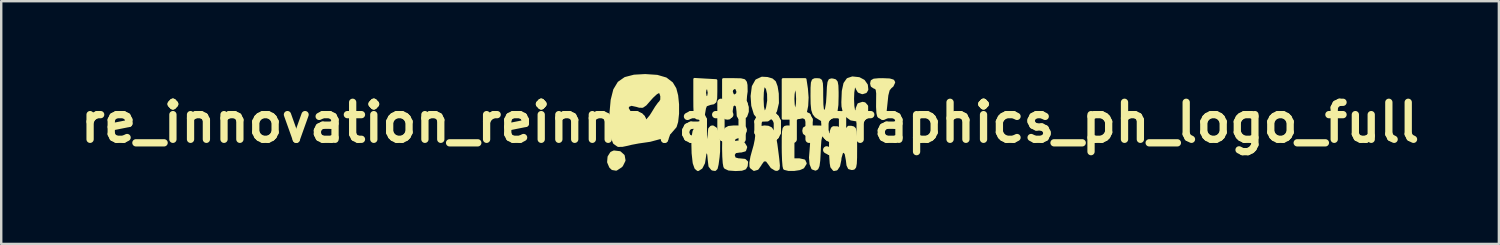
<source format=kicad_pcb>
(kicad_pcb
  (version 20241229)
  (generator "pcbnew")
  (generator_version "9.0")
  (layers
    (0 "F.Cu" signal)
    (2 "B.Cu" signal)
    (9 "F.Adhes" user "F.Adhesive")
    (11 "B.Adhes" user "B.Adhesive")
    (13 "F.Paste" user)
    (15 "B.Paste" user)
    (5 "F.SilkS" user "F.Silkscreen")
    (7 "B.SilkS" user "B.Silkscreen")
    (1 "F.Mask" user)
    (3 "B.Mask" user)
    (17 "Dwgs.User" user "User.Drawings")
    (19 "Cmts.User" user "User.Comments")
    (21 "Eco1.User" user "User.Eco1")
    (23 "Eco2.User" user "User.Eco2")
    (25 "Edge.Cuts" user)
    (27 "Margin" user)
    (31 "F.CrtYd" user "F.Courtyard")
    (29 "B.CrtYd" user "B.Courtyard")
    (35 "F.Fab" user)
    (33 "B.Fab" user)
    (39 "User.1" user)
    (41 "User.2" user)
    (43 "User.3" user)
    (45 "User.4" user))
  (footprint "re_innovation_reinnovationgraphics_ph_logo_full"
    (layer "F.Cu")
    (at 27.838 1.997)
    (property "Reference" "re_innovation_reinnovationgraphics_ph_logo_full" (at 0 0 0) (layer "F.SilkS") (effects (font (size 1.524 1.524) (thickness 0.3))))
    (attr through_hole)
    (fp_poly (pts (xy -5.177 1.559) (xy -5.28 1.768) (xy -5.319 1.807) (xy -5.512 1.933) (xy -5.669 1.906) (xy -5.753 1.825) (xy -5.836 1.629) (xy -5.818 1.415) (xy -5.715 1.251) (xy -5.605 1.2) (xy -5.361 1.229) (xy -5.211 1.364) (xy -5.177 1.559)) (stroke (width 0.1) (type solid)) (fill yes) (layer "F.SilkS"))
    (fp_poly (pts (xy 2.284 1.684) (xy 2.184 1.846) (xy 2.04 1.909) (xy 1.814 1.943) (xy 1.584 1.942) (xy 1.425 1.902) (xy 1.411 1.891) (xy 1.387 1.787) (xy 1.368 1.553) (xy 1.357 1.229) (xy 1.355 1.002) (xy 1.356 0.622) (xy 1.365 0.379) (xy 1.391 0.244) (xy 1.44 0.185) (xy 1.52 0.17) (xy 1.566 0.169) (xy 1.671 0.177) (xy 1.734 0.221) (xy 1.766 0.338) (xy 1.777 0.561) (xy 1.778 0.847) (xy 1.778 1.524) (xy 2.032 1.524) (xy 2.231 1.568) (xy 2.284 1.684)) (stroke (width 0.1) (type solid)) (fill yes) (layer "F.SilkS"))
    (fp_poly (pts (xy 5.927 -1.655) (xy 5.861 -1.513) (xy 5.789 -1.455) (xy 5.704 -1.35) (xy 5.646 -1.127) (xy 5.609 -0.774) (xy 5.571 -0.42) (xy 5.517 -0.223) (xy 5.455 -0.169) (xy 5.312 -0.233) (xy 5.283 -0.268) (xy 5.254 -0.4) (xy 5.24 -0.644) (xy 5.242 -0.903) (xy 5.245 -1.202) (xy 5.223 -1.367) (xy 5.169 -1.433) (xy 5.128 -1.439) (xy 5.018 -1.51) (xy 4.995 -1.609) (xy 5.016 -1.707) (xy 5.103 -1.758) (xy 5.298 -1.776) (xy 5.461 -1.778) (xy 5.745 -1.766) (xy 5.89 -1.724) (xy 5.927 -1.655)) (stroke (width 0.1) (type solid)) (fill yes) (layer "F.SilkS"))
    (fp_poly (pts (xy -1.397 -1.27) (xy -1.403 -1.003) (xy -1.433 -0.86) (xy -1.509 -0.799) (xy -1.63 -0.778) (xy -1.693 -0.755) (xy -1.693 -1.228) (xy -1.722 -1.387) (xy -1.778 -1.439) (xy -1.842 -1.367) (xy -1.863 -1.228) (xy -1.834 -1.069) (xy -1.778 -1.016) (xy -1.714 -1.088) (xy -1.693 -1.228) (xy -1.693 -0.755) (xy -1.816 -0.712) (xy -1.863 -0.594) (xy -1.909 -0.325) (xy -2.04 -0.185) (xy -2.126 -0.169) (xy -2.2 -0.184) (xy -2.247 -0.247) (xy -2.273 -0.391) (xy -2.284 -0.647) (xy -2.286 -0.978) (xy -2.286 -1.787) (xy -1.841 -1.761) (xy -1.397 -1.736) (xy -1.397 -1.27)) (stroke (width 0.1) (type solid)) (fill yes) (layer "F.SilkS"))
    (fp_poly (pts (xy 2.362 -1.032) (xy 2.345 -0.691) (xy 2.289 -0.415) (xy 2.2 -0.253) (xy 2.187 -0.243) (xy 2.035 -0.198) (xy 1.947 -0.189) (xy 1.947 -0.974) (xy 1.933 -1.229) (xy 1.898 -1.398) (xy 1.863 -1.439) (xy 1.816 -1.363) (xy 1.786 -1.165) (xy 1.778 -0.974) (xy 1.792 -0.719) (xy 1.828 -0.55) (xy 1.863 -0.508) (xy 1.909 -0.585) (xy 1.94 -0.782) (xy 1.947 -0.974) (xy 1.947 -0.189) (xy 1.795 -0.173) (xy 1.714 -0.171) (xy 1.355 -0.169) (xy 1.355 -0.974) (xy 1.355 -1.778) (xy 1.815 -1.778) (xy 2.276 -1.778) (xy 2.334 -1.392) (xy 2.362 -1.032)) (stroke (width 0.1) (type solid)) (fill yes) (layer "F.SilkS"))
    (fp_poly (pts (xy 3.184 0.374) (xy 3.178 0.482) (xy 3.06 0.508) (xy 2.974 0.522) (xy 2.919 0.586) (xy 2.888 0.733) (xy 2.869 0.998) (xy 2.861 1.206) (xy 2.842 1.56) (xy 2.813 1.778) (xy 2.765 1.891) (xy 2.696 1.93) (xy 2.573 1.886) (xy 2.5 1.705) (xy 2.478 1.44) (xy 2.501 1.157) (xy 2.523 0.855) (xy 2.473 0.628) (xy 2.363 0.514) (xy 2.323 0.508) (xy 2.224 0.437) (xy 2.201 0.339) (xy 2.222 0.241) (xy 2.309 0.19) (xy 2.504 0.171) (xy 2.667 0.169) (xy 2.922 0.175) (xy 3.091 0.19) (xy 3.133 0.205) (xy 3.159 0.304) (xy 3.184 0.374)) (stroke (width 0.1) (type solid)) (fill yes) (layer "F.SilkS"))
    (fp_poly (pts (xy 1.14 -0.806) (xy 1.062 -0.479) (xy 0.917 -0.234) (xy 0.756 -0.117) (xy 0.756 -0.904) (xy 0.751 -1.182) (xy 0.702 -1.403) (xy 0.615 -1.517) (xy 0.584 -1.524) (xy 0.545 -1.447) (xy 0.518 -1.245) (xy 0.508 -0.974) (xy 0.522 -0.662) (xy 0.561 -0.474) (xy 0.616 -0.424) (xy 0.681 -0.524) (xy 0.709 -0.614) (xy 0.756 -0.904) (xy 0.756 -0.117) (xy 0.725 -0.095) (xy 0.503 -0.087) (xy 0.373 -0.149) (xy 0.203 -0.358) (xy 0.1 -0.698) (xy 0.073 -1.09) (xy 0.123 -1.483) (xy 0.262 -1.732) (xy 0.491 -1.838) (xy 0.712 -1.826) (xy 0.902 -1.77) (xy 1.017 -1.67) (xy 1.087 -1.481) (xy 1.134 -1.19) (xy 1.14 -0.806)) (stroke (width 0.1) (type solid)) (fill yes) (layer "F.SilkS"))
    (fp_poly (pts (xy 4.821 -1.36) (xy 4.766 -1.261) (xy 4.626 -1.217) (xy 4.476 -1.275) (xy 4.403 -1.4) (xy 4.403 -1.406) (xy 4.354 -1.513) (xy 4.318 -1.524) (xy 4.274 -1.446) (xy 4.243 -1.24) (xy 4.233 -0.974) (xy 4.245 -0.686) (xy 4.277 -0.489) (xy 4.318 -0.423) (xy 4.388 -0.494) (xy 4.403 -0.584) (xy 4.469 -0.75) (xy 4.634 -0.803) (xy 4.72 -0.785) (xy 4.813 -0.678) (xy 4.814 -0.5) (xy 4.733 -0.313) (xy 4.638 -0.216) (xy 4.385 -0.098) (xy 4.159 -0.136) (xy 3.995 -0.257) (xy 3.87 -0.427) (xy 3.816 -0.667) (xy 3.81 -0.839) (xy 3.829 -1.297) (xy 3.896 -1.606) (xy 4.021 -1.784) (xy 4.217 -1.849) (xy 4.489 -1.82) (xy 4.681 -1.718) (xy 4.802 -1.545) (xy 4.821 -1.36)) (stroke (width 0.1) (type solid)) (fill yes) (layer "F.SilkS"))
    (fp_poly (pts (xy 3.598 -1.088) (xy 3.589 -0.727) (xy 3.556 -0.489) (xy 3.49 -0.331) (xy 3.437 -0.263) (xy 3.201 -0.11) (xy 2.939 -0.112) (xy 2.709 -0.254) (xy 2.621 -0.37) (xy 2.569 -0.53) (xy 2.545 -0.778) (xy 2.54 -1.101) (xy 2.542 -1.437) (xy 2.556 -1.638) (xy 2.593 -1.739) (xy 2.662 -1.774) (xy 2.752 -1.778) (xy 2.856 -1.771) (xy 2.919 -1.727) (xy 2.951 -1.611) (xy 2.962 -1.389) (xy 2.963 -1.094) (xy 2.971 -0.737) (xy 2.994 -0.528) (xy 3.039 -0.445) (xy 3.069 -0.444) (xy 3.135 -0.552) (xy 3.18 -0.823) (xy 3.2 -1.134) (xy 3.215 -1.463) (xy 3.239 -1.656) (xy 3.281 -1.746) (xy 3.353 -1.768) (xy 3.411 -1.762) (xy 3.506 -1.736) (xy 3.562 -1.667) (xy 3.589 -1.518) (xy 3.598 -1.253) (xy 3.598 -1.088)) (stroke (width 0.1) (type solid)) (fill yes) (layer "F.SilkS"))
    (fp_poly (pts (xy 1.18 1.771) (xy 1.169 1.902) (xy 1.114 1.941) (xy 1.048 1.934) (xy 0.892 1.838) (xy 0.805 1.714) (xy 0.683 1.552) (xy 0.659 1.552) (xy 0.659 1.057) (xy 0.649 1.044) (xy 0.599 1.056) (xy 0.593 1.101) (xy 0.624 1.17) (xy 0.649 1.157) (xy 0.659 1.057) (xy 0.659 1.552) (xy 0.549 1.553) (xy 0.431 1.716) (xy 0.423 1.736) (xy 0.307 1.9) (xy 0.164 1.941) (xy 0.044 1.847) (xy 0.027 1.811) (xy 0.022 1.658) (xy 0.065 1.411) (xy 0.114 1.232) (xy 0.194 0.949) (xy 0.244 0.708) (xy 0.254 0.613) (xy 0.294 0.34) (xy 0.425 0.199) (xy 0.591 0.169) (xy 0.746 0.182) (xy 0.862 0.237) (xy 0.949 0.357) (xy 1.017 0.567) (xy 1.076 0.891) (xy 1.136 1.353) (xy 1.155 1.511) (xy 1.18 1.771)) (stroke (width 0.1) (type solid)) (fill yes) (layer "F.SilkS"))
    (fp_poly (pts (xy -1.28 0.793) (xy -1.284 1.204) (xy -1.304 1.421) (xy -1.344 1.721) (xy -1.383 1.885) (xy -1.44 1.943) (xy -1.531 1.93) (xy -1.563 1.918) (xy -1.662 1.793) (xy -1.693 1.527) (xy -1.712 1.314) (xy -1.759 1.194) (xy -1.778 1.185) (xy -1.841 1.258) (xy -1.863 1.403) (xy -1.903 1.66) (xy -2.004 1.859) (xy -2.139 1.947) (xy -2.151 1.947) (xy -2.239 1.871) (xy -2.308 1.677) (xy -2.316 1.63) (xy -2.356 1.263) (xy -2.366 0.872) (xy -2.347 0.528) (xy -2.317 0.36) (xy -2.224 0.193) (xy -2.097 0.162) (xy -1.971 0.247) (xy -1.883 0.431) (xy -1.863 0.6) (xy -1.826 0.733) (xy -1.778 0.762) (xy -1.722 0.688) (xy -1.694 0.505) (xy -1.693 0.466) (xy -1.674 0.261) (xy -1.599 0.178) (xy -1.529 0.169) (xy -1.407 0.248) (xy -1.323 0.465) (xy -1.28 0.793)) (stroke (width 0.1) (type solid)) (fill yes) (layer "F.SilkS"))
    (fp_poly (pts (xy -0.1 -0.45) (xy -0.168 -0.256) (xy -0.318 -0.185) (xy -0.445 -0.188) (xy -0.498 -0.278) (xy -0.508 -0.46) (xy -0.508 -1.27) (xy -0.561 -1.408) (xy -0.635 -1.439) (xy -0.738 -1.369) (xy -0.762 -1.27) (xy -0.709 -1.132) (xy -0.635 -1.101) (xy -0.532 -1.171) (xy -0.508 -1.27) (xy -0.508 -0.46) (xy -0.534 -0.681) (xy -0.619 -0.761) (xy -0.635 -0.762) (xy -0.729 -0.698) (xy -0.762 -0.493) (xy -0.762 -0.466) (xy -0.781 -0.261) (xy -0.855 -0.179) (xy -0.931 -0.169) (xy -1.01 -0.181) (xy -1.06 -0.239) (xy -1.087 -0.373) (xy -1.098 -0.615) (xy -1.101 -0.974) (xy -1.101 -1.778) (xy -0.645 -1.778) (xy -0.38 -1.772) (xy -0.24 -1.739) (xy -0.178 -1.659) (xy -0.154 -1.544) (xy -0.148 -1.283) (xy -0.173 -1.1) (xy -0.187 -0.902) (xy -0.15 -0.788) (xy -0.101 -0.635) (xy -0.1 -0.45)) (stroke (width 0.1) (type solid)) (fill yes) (layer "F.SilkS"))
    (fp_poly (pts (xy -0.131 1.626) (xy -0.146 1.783) (xy -0.206 1.886) (xy -0.344 1.935) (xy -0.593 1.947) (xy -0.875 1.927) (xy -1.021 1.859) (xy -1.049 1.813) (xy -1.075 1.666) (xy -1.093 1.404) (xy -1.101 1.082) (xy -1.101 1.058) (xy -1.096 0.662) (xy -1.069 0.406) (xy -1.002 0.258) (xy -0.879 0.19) (xy -0.68 0.17) (xy -0.578 0.169) (xy -0.329 0.176) (xy -0.209 0.209) (xy -0.178 0.289) (xy -0.185 0.36) (xy -0.266 0.518) (xy -0.445 0.577) (xy -0.623 0.639) (xy -0.677 0.73) (xy -0.634 0.813) (xy -0.592 0.804) (xy -0.423 0.78) (xy -0.256 0.86) (xy -0.17 1.003) (xy -0.169 1.022) (xy -0.212 1.142) (xy -0.367 1.184) (xy -0.423 1.185) (xy -0.609 1.212) (xy -0.675 1.311) (xy -0.677 1.355) (xy -0.635 1.481) (xy -0.479 1.523) (xy -0.437 1.524) (xy -0.216 1.545) (xy -0.131 1.626)) (stroke (width 0.1) (type solid)) (fill yes) (layer "F.SilkS"))
    (fp_poly (pts (xy 4.36 1.058) (xy 4.358 1.444) (xy 4.347 1.69) (xy 4.321 1.829) (xy 4.274 1.89) (xy 4.2 1.905) (xy 4.191 1.905) (xy 4.079 1.874) (xy 4.021 1.753) (xy 3.996 1.545) (xy 3.946 1.282) (xy 3.866 1.178) (xy 3.781 1.232) (xy 3.719 1.446) (xy 3.709 1.544) (xy 3.658 1.783) (xy 3.563 1.924) (xy 3.454 1.945) (xy 3.358 1.825) (xy 3.355 1.818) (xy 3.33 1.672) (xy 3.312 1.407) (xy 3.303 1.072) (xy 3.302 0.964) (xy 3.309 0.595) (xy 3.333 0.363) (xy 3.378 0.24) (xy 3.43 0.2) (xy 3.608 0.205) (xy 3.744 0.335) (xy 3.795 0.543) (xy 3.791 0.6) (xy 3.79 0.764) (xy 3.862 0.789) (xy 3.868 0.786) (xy 3.944 0.68) (xy 3.979 0.475) (xy 3.979 0.451) (xy 3.994 0.255) (xy 4.059 0.183) (xy 4.17 0.185) (xy 4.256 0.206) (xy 4.312 0.26) (xy 4.343 0.381) (xy 4.357 0.598) (xy 4.36 0.945) (xy 4.36 1.058)) (stroke (width 0.1) (type solid)) (fill yes) (layer "F.SilkS"))
    (fp_poly (pts (xy -2.973 -0.367) (xy -3.01 -0.033) (xy -3.071 0.165) (xy -3.289 0.419) (xy -3.645 0.615) (xy -3.645 -1.089) (xy -3.689 -1.229) (xy -3.749 -1.27) (xy -3.862 -1.209) (xy -4.03 -1.054) (xy -4.134 -0.937) (xy -4.305 -0.742) (xy -4.428 -0.658) (xy -4.558 -0.66) (xy -4.666 -0.693) (xy -4.887 -0.741) (xy -5.021 -0.686) (xy -5.021 -0.685) (xy -5.051 -0.592) (xy -4.97 -0.453) (xy -4.824 -0.298) (xy -4.622 -0.126) (xy -4.445 -0.02) (xy -4.385 -0.004) (xy -4.255 -0.074) (xy -4.093 -0.267) (xy -4.007 -0.402) (xy -3.867 -0.63) (xy -3.753 -0.788) (xy -3.707 -0.833) (xy -3.648 -0.929) (xy -3.645 -1.089) (xy -3.645 0.615) (xy -3.647 0.616) (xy -4.119 0.743) (xy -4.261 0.764) (xy -4.588 0.811) (xy -4.885 0.867) (xy -5.038 0.905) (xy -5.263 0.952) (xy -5.431 0.953) (xy -5.593 0.839) (xy -5.697 0.577) (xy -5.745 0.163) (xy -5.741 -0.359) (xy -5.69 -0.927) (xy -5.584 -1.347) (xy -5.407 -1.641) (xy -5.142 -1.826) (xy -4.772 -1.922) (xy -4.318 -1.947) (xy -3.825 -1.914) (xy -3.466 -1.809) (xy -3.22 -1.621) (xy -3.084 -1.394) (xy -3.01 -1.112) (xy -2.973 -0.749) (xy -2.973 -0.367)) (stroke (width 0.1) (type solid)) (fill yes) (layer "F.SilkS")))
  (gr_rect
    (start -3 -3)
    (end 58.677 6.995)
    (stroke (width 0.1) (type default))
    (fill no)
    (layer "Edge.Cuts")))
</source>
